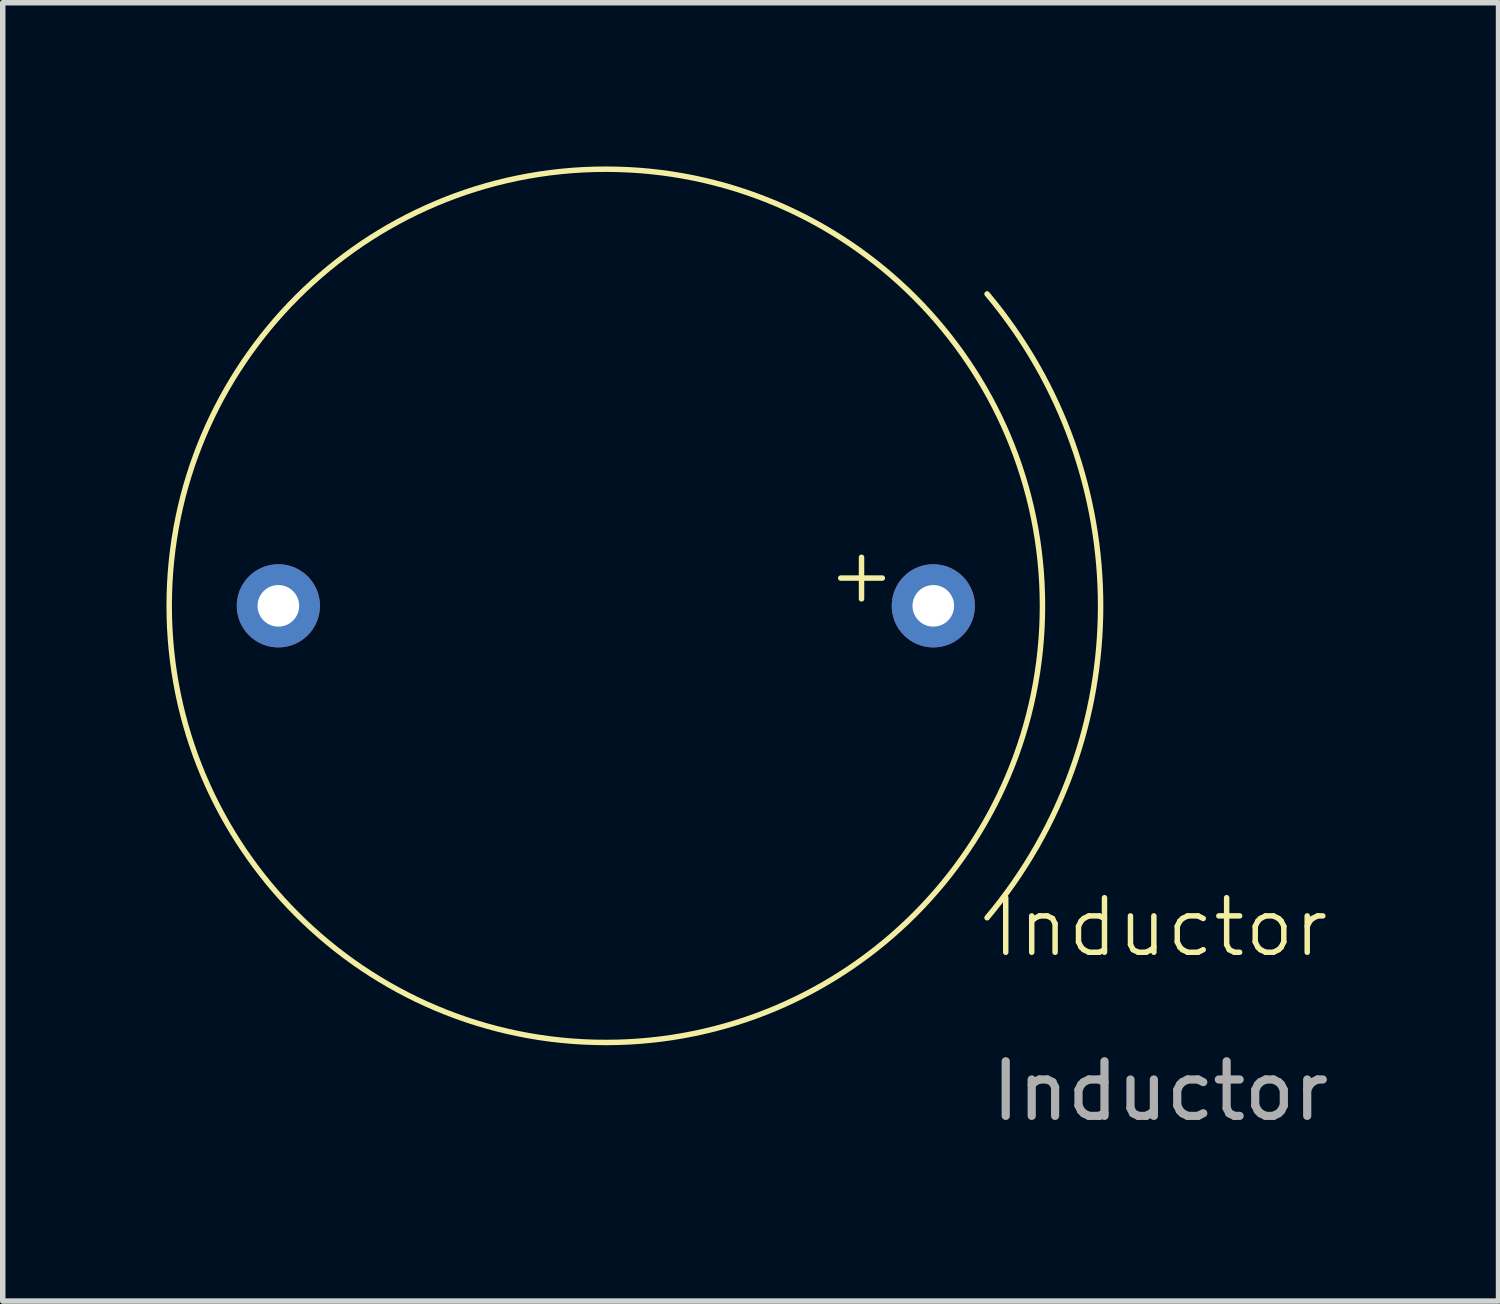
<source format=kicad_pcb>
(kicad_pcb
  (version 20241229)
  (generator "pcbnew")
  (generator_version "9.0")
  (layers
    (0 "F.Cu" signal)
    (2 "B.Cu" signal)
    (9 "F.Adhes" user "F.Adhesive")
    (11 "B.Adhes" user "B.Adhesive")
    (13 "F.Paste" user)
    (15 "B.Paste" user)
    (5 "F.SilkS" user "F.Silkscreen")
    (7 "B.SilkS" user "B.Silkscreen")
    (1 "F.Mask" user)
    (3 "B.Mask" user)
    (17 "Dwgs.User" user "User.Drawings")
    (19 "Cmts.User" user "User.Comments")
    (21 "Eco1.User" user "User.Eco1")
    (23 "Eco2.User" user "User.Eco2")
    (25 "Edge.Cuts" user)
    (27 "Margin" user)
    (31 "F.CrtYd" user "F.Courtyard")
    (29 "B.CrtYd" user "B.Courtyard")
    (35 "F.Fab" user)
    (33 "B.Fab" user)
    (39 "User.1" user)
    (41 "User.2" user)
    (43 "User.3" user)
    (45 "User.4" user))
  (footprint "Inductor"
    (layer "F.Cu")
    (at 8.05 8.05)
    (property "Reference" "Inductor" (at 10.16 5.89 0) (unlocked yes) (layer "F.SilkS") (effects (font (size 1 1) (thickness 0.1))))
    (attr through_hole)
    (fp_arc (start 6.984999 -5.715) (mid 9.065089 0) (end 6.984999 5.715) (stroke (width 0.1) (type default)) (layer "F.SilkS"))
    (fp_circle (center 0 0) (end 8 0) (stroke (width 0.1) (type default)) (fill no) (layer "F.SilkS"))
    (fp_text user "+" (at 4 0 0) (unlocked yes) (layer "F.SilkS") (effects (font (size 1 1) (thickness 0.1)) (justify left bottom)))
    (fp_text user "${REFERENCE}" (at 10.16 8.89 0) (unlocked yes) (layer "F.Fab") (effects (font (size 1 1) (thickness 0.15))))
    (pad "1" thru_hole circle (at 6 0) (size 1.524 1.524) (drill 0.762) (layers "*.Cu" "*.Mask"))
    (pad "2" thru_hole circle (at -6 0) (size 1.524 1.524) (drill 0.762) (layers "*.Cu" "*.Mask")))
  (gr_rect
    (start -3 -3)
    (end 24.406 20.788)
    (stroke (width 0.1) (type default))
    (fill no)
    (layer "Edge.Cuts")))
</source>
